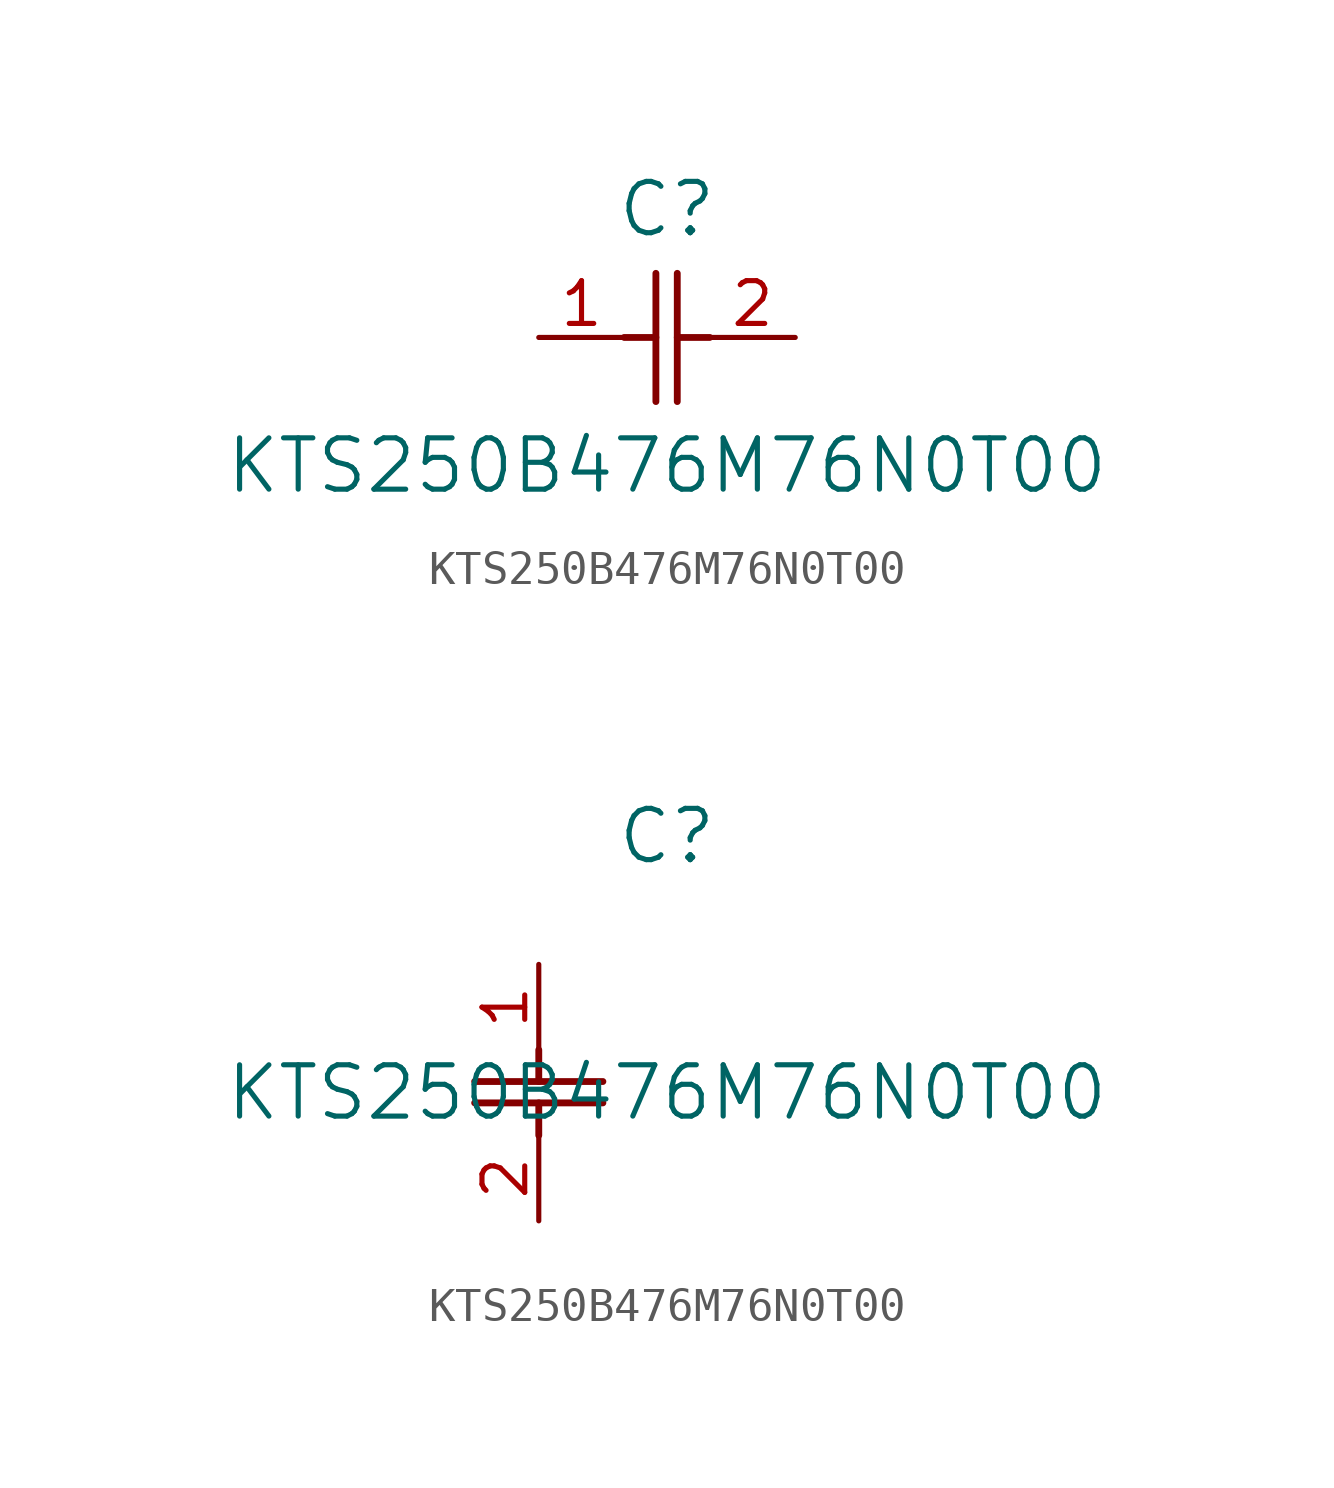
<source format=kicad_sym>
(kicad_symbol_lib
  (version 20211014)
  (generator kicad_symbol_editor)
  (symbol "KTS250B476M76N0T00"
    (pin_names
      (offset 0.254))
    (property "Reference" "C"
      (at 3.81 3.81 0)
      (effects (font (size 1.524 1.524))))
    (property "Value" "KTS250B476M76N0T00"
      (at 3.81 -3.81 0)
      (effects (font (size 1.524 1.524))))
    (symbol "KTS250B476M76N0T00_1_1"
      (polyline (pts (xy 3.48 -1.905) (xy 3.48 1.905)) (stroke (width 0.203) (type default) (color 0 0 0 0)) (fill (type none)))
      (polyline (pts (xy 4.115 -1.905) (xy 4.115 1.905)) (stroke (width 0.203) (type default) (color 0 0 0 0)) (fill (type none)))
      (polyline (pts (xy 4.115 0) (xy 5.08 0)) (stroke (width 0.203) (type default) (color 0 0 0 0)) (fill (type none)))
      (polyline (pts (xy 2.54 0) (xy 3.48 0)) (stroke (width 0.203) (type default) (color 0 0 0 0)) (fill (type none)))
      (pin unspecified line (at 0 0 0) (length 2.54) (name "" (effects (font (size 1.27 1.27)))) (number "1" (effects (font (size 1.27 1.27)))))
      (pin unspecified line (at 7.62 0 180) (length 2.54) (name "" (effects (font (size 1.27 1.27)))) (number "2" (effects (font (size 1.27 1.27))))))
    (symbol "KTS250B476M76N0T00_1_2"
      (polyline (pts (xy -1.905 -3.48) (xy 1.905 -3.48)) (stroke (width 0.203) (type default) (color 0 0 0 0)) (fill (type none)))
      (polyline (pts (xy -1.905 -4.115) (xy 1.905 -4.115)) (stroke (width 0.203) (type default) (color 0 0 0 0)) (fill (type none)))
      (polyline (pts (xy 0 -4.115) (xy 0 -5.08)) (stroke (width 0.203) (type default) (color 0 0 0 0)) (fill (type none)))
      (polyline (pts (xy 0 -2.54) (xy 0 -3.48)) (stroke (width 0.203) (type default) (color 0 0 0 0)) (fill (type none)))
      (pin unspecified line (at 0 0 270) (length 2.54) (name "" (effects (font (size 1.27 1.27)))) (number "1" (effects (font (size 1.27 1.27)))))
      (pin unspecified line (at 0 -7.62 90) (length 2.54) (name "" (effects (font (size 1.27 1.27)))) (number "2" (effects (font (size 1.27 1.27))))))))
</source>
